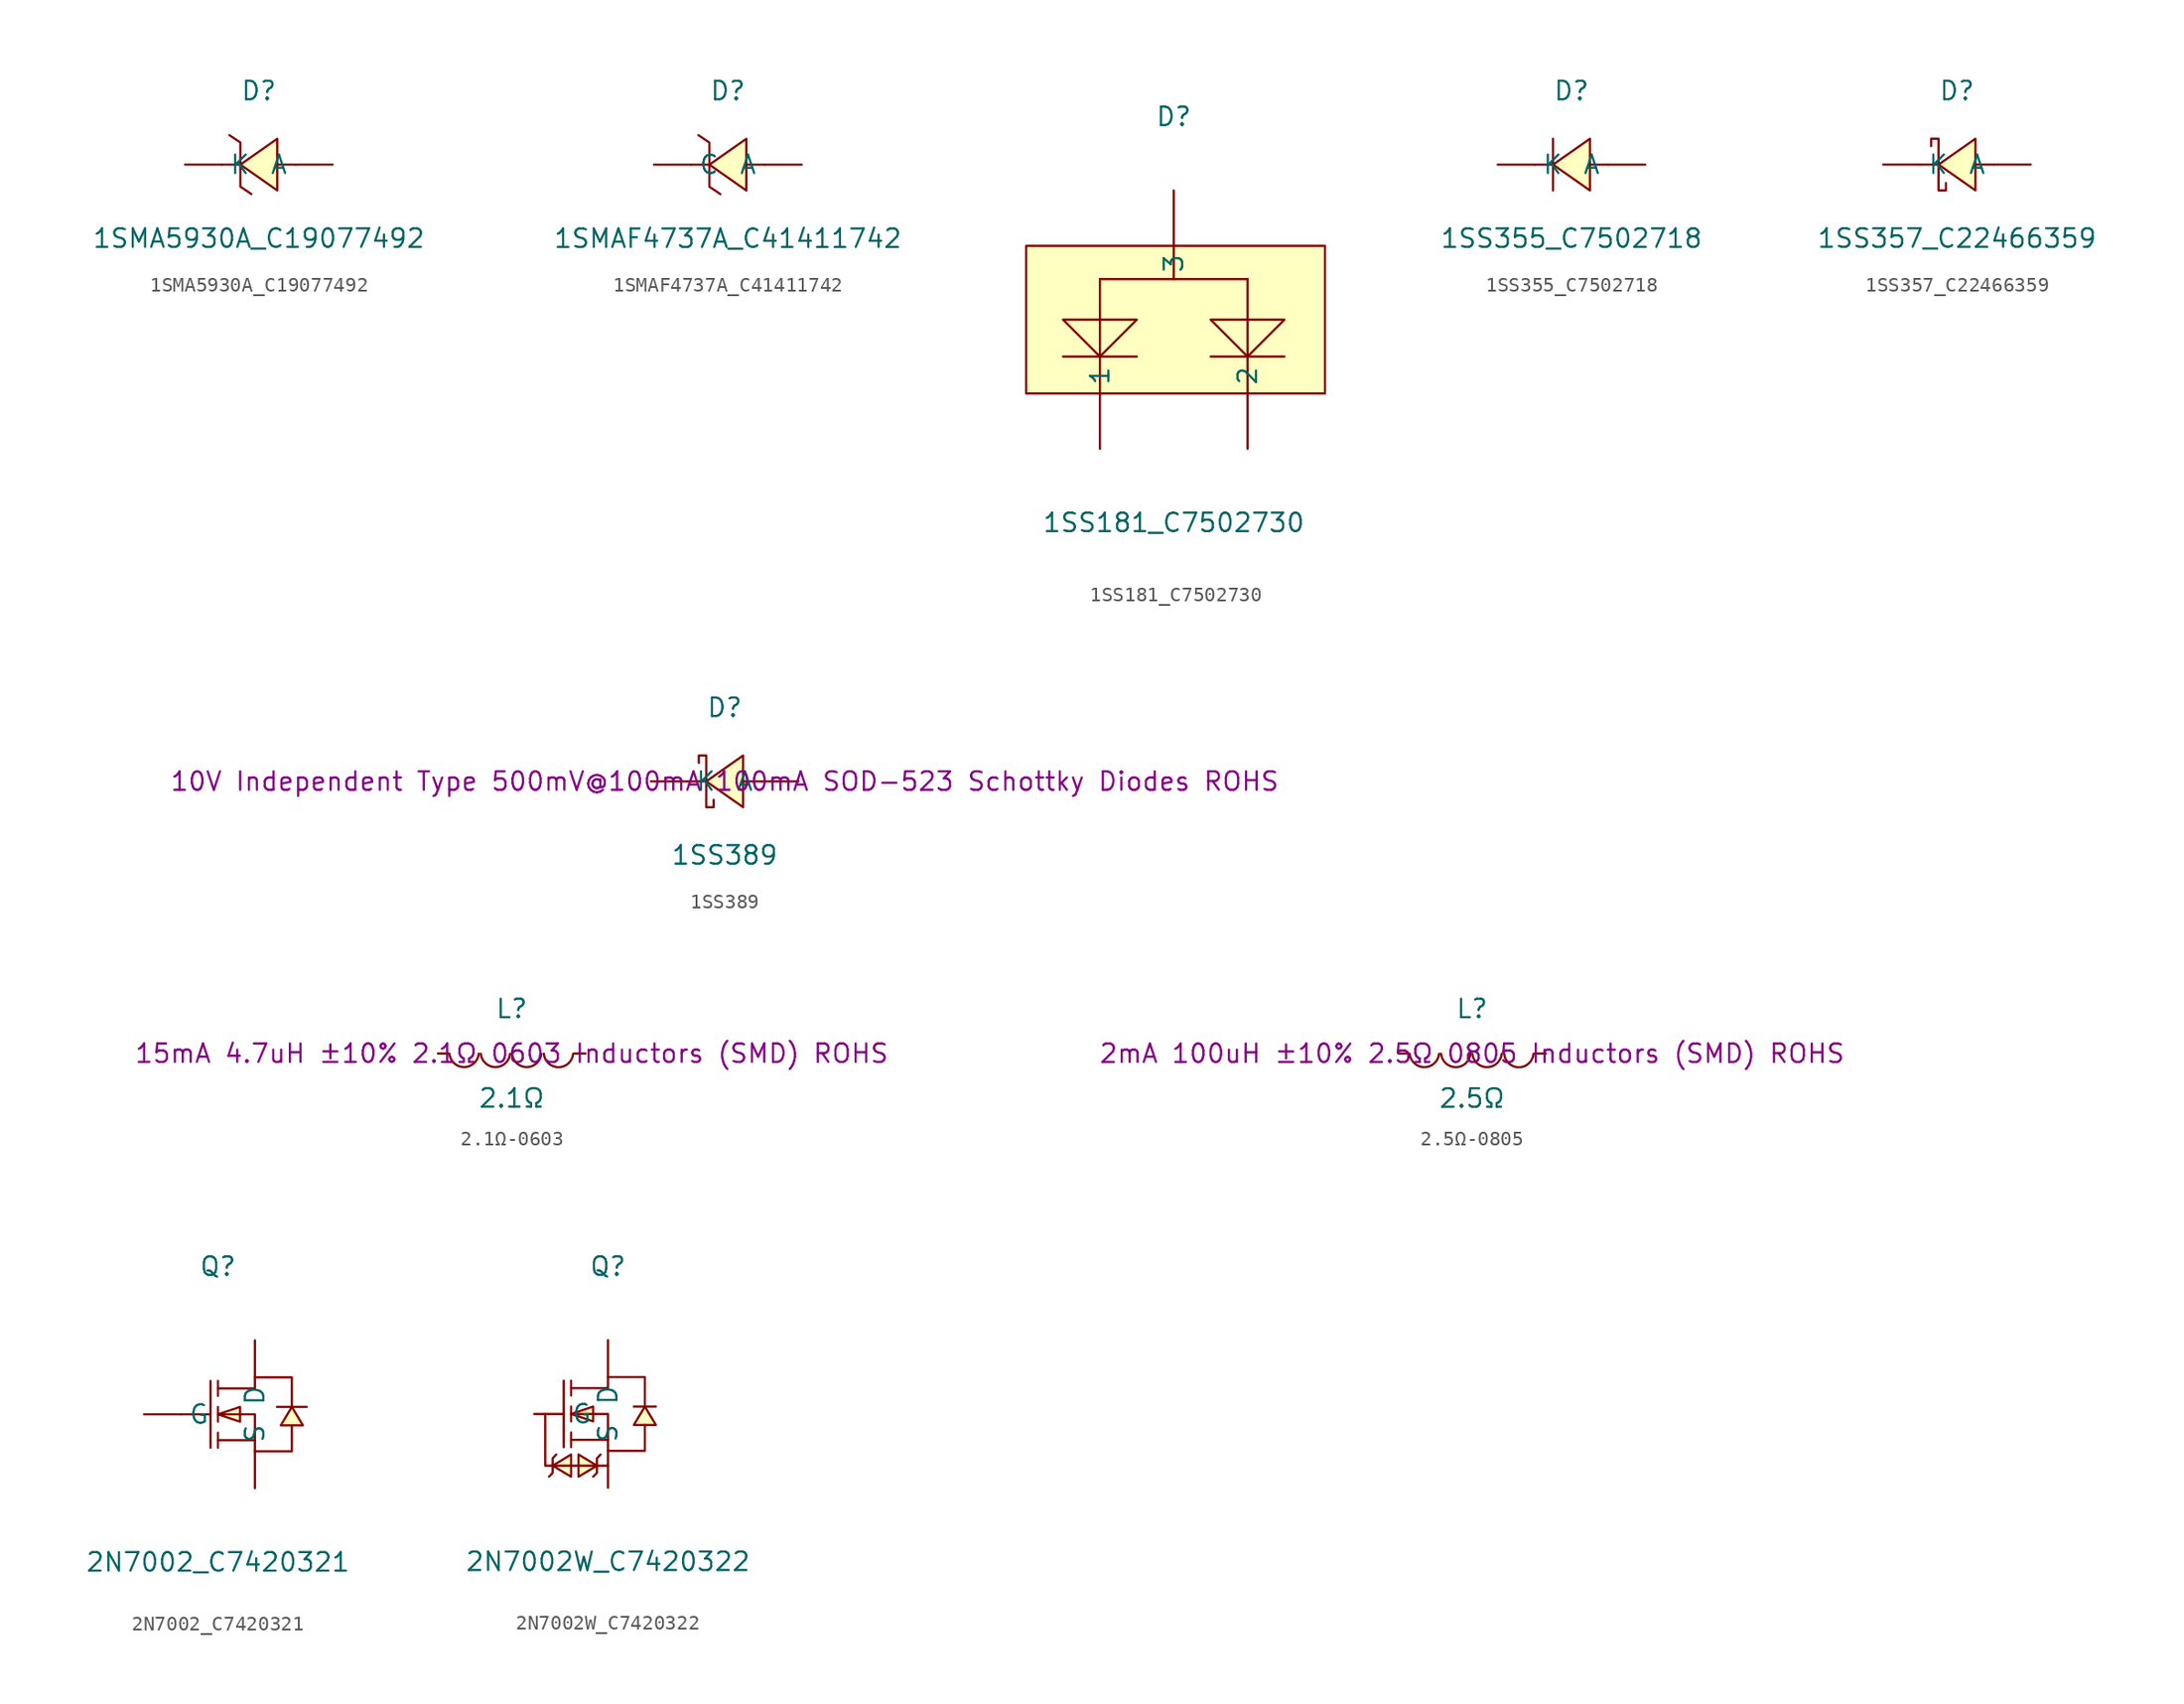
<source format=kicad_sym>
(kicad_symbol_lib
  (version 20241209)
  (generator "kicad_symbol_editor")
  (generator_version "9.0")
  (symbol "1SMA5930A_C19077492"
    (pin_numbers
      (hide yes))
    (property "Reference" "D"
      (at 0 5.08 0)
      (effects (font (size 1.27 1.27))))
    (property "Value" "1SMA5930A_C19077492"
      (at 0 -5.08 0)
      (effects (font (size 1.27 1.27))))
    (symbol "1SMA5930A_C19077492_0_1"
      (polyline (pts (xy -2.03 2.03) (xy -1.27 1.52) (xy -1.27 -1.52) (xy -0.51 -2.03)) (stroke (width 0) (type default)) (fill (type none)))
      (polyline (pts (xy -1.27 0) (xy -2.54 0)) (stroke (width 0) (type default)) (fill (type none)))
      (polyline (pts (xy 1.27 1.78) (xy -1.27 0) (xy 1.27 -1.78) (xy 1.27 1.78)) (stroke (width 0) (type default)) (fill (type background)))
      (polyline (pts (xy 2.54 0) (xy 1.27 0)) (stroke (width 0) (type default)) (fill (type none)))
      (pin unspecified line (at -5.08 0 0) (length 2.54) (name "K" (effects (font (size 1.27 1.27)))) (number "1" (effects (font (size 1.27 1.27)))))
      (pin unspecified line (at 5.08 0 180) (length 2.54) (name "A" (effects (font (size 1.27 1.27)))) (number "2" (effects (font (size 1.27 1.27)))))))
  (symbol "1SMAF4737A_C41411742"
    (pin_numbers
      (hide yes))
    (property "Reference" "D"
      (at 0 5.08 0)
      (effects (font (size 1.27 1.27))))
    (property "Value" "1SMAF4737A_C41411742"
      (at 0 -5.08 0)
      (effects (font (size 1.27 1.27))))
    (symbol "1SMAF4737A_C41411742_0_1"
      (polyline (pts (xy -2.03 2.03) (xy -1.27 1.52) (xy -1.27 -1.52) (xy -0.51 -2.03)) (stroke (width 0) (type default)) (fill (type none)))
      (polyline (pts (xy -1.27 0) (xy -2.54 0)) (stroke (width 0) (type default)) (fill (type none)))
      (polyline (pts (xy 1.27 1.78) (xy -1.27 0) (xy 1.27 -1.78) (xy 1.27 1.78)) (stroke (width 0) (type default)) (fill (type background)))
      (polyline (pts (xy 2.54 0) (xy 1.27 0)) (stroke (width 0) (type default)) (fill (type none)))
      (pin unspecified line (at -5.08 0 0) (length 2.54) (name "C" (effects (font (size 1.27 1.27)))) (number "1" (effects (font (size 1.27 1.27)))))
      (pin unspecified line (at 5.08 0 180) (length 2.54) (name "A" (effects (font (size 1.27 1.27)))) (number "2" (effects (font (size 1.27 1.27)))))))
  (symbol "1SS181_C7502730"
    (pin_numbers
      (hide yes))
    (property "Reference" "D"
      (at 0 13.97 0)
      (effects (font (size 1.27 1.27))))
    (property "Value" "1SS181_C7502730"
      (at 0 -13.97 0)
      (effects (font (size 1.27 1.27))))
    (symbol "1SS181_C7502730_0_1"
      (rectangle (start -10.16 5.08) (end 10.41 -5.08) (stroke (width 0) (type default)) (fill (type background)))
      (polyline (pts (xy -7.62 -2.54) (xy -2.54 -2.54)) (stroke (width 0) (type default)) (fill (type none)))
      (polyline (pts (xy -5.08 2.79) (xy -5.08 -5.08)) (stroke (width 0) (type default)) (fill (type none)))
      (polyline (pts (xy -5.08 2.79) (xy 5.08 2.79)) (stroke (width 0) (type default)) (fill (type none)))
      (polyline (pts (xy -2.54 0) (xy -5.08 -2.54) (xy -7.62 0) (xy -2.54 0)) (stroke (width 0) (type default)) (fill (type background)))
      (polyline (pts (xy 0 5.08) (xy 0 2.79)) (stroke (width 0) (type default)) (fill (type none)))
      (polyline (pts (xy 2.54 -2.54) (xy 7.62 -2.54)) (stroke (width 0) (type default)) (fill (type none)))
      (polyline (pts (xy 5.08 2.79) (xy 5.08 -5.08)) (stroke (width 0) (type default)) (fill (type none)))
      (polyline (pts (xy 7.62 0) (xy 5.08 -2.54) (xy 2.54 0) (xy 7.62 0)) (stroke (width 0) (type default)) (fill (type background)))
      (pin input line (at -5.08 -8.89 90) (length 3.81) (name "1" (effects (font (size 1.27 1.27)))) (number "1" (effects (font (size 1.27 1.27)))))
      (pin input line (at 0 8.89 270) (length 3.81) (name "3" (effects (font (size 1.27 1.27)))) (number "3" (effects (font (size 1.27 1.27)))))
      (pin input line (at 5.08 -8.89 90) (length 3.81) (name "2" (effects (font (size 1.27 1.27)))) (number "2" (effects (font (size 1.27 1.27)))))))
  (symbol "1SS355_C7502718"
    (pin_numbers
      (hide yes))
    (property "Reference" "D"
      (at 0 5.08 0)
      (effects (font (size 1.27 1.27))))
    (property "Value" "1SS355_C7502718"
      (at 0 -5.08 0)
      (effects (font (size 1.27 1.27))))
    (symbol "1SS355_C7502718_0_1"
      (polyline (pts (xy -1.27 1.78) (xy -1.27 -1.78)) (stroke (width 0) (type default)) (fill (type none)))
      (polyline (pts (xy -1.27 0) (xy -2.54 0)) (stroke (width 0) (type default)) (fill (type none)))
      (polyline (pts (xy 1.27 1.78) (xy -1.27 0) (xy 1.27 -1.78) (xy 1.27 1.78)) (stroke (width 0) (type default)) (fill (type background)))
      (polyline (pts (xy 2.54 0) (xy 1.27 0)) (stroke (width 0) (type default)) (fill (type none)))
      (pin unspecified line (at -5.08 0 0) (length 2.54) (name "K" (effects (font (size 1.27 1.27)))) (number "1" (effects (font (size 1.27 1.27)))))
      (pin unspecified line (at 5.08 0 180) (length 2.54) (name "A" (effects (font (size 1.27 1.27)))) (number "2" (effects (font (size 1.27 1.27)))))))
  (symbol "1SS357_C22466359"
    (pin_numbers
      (hide yes))
    (property "Reference" "D"
      (at 0 5.08 0)
      (effects (font (size 1.27 1.27))))
    (property "Value" "1SS357_C22466359"
      (at 0 -5.08 0)
      (effects (font (size 1.27 1.27))))
    (symbol "1SS357_C22466359_0_1"
      (polyline (pts (xy -1.78 1.27) (xy -1.78 1.78) (xy -1.27 1.78) (xy -1.27 -1.78) (xy -0.76 -1.78) (xy -0.76 -1.27)) (stroke (width 0) (type default)) (fill (type none)))
      (polyline (pts (xy -1.27 0) (xy -2.54 0)) (stroke (width 0) (type default)) (fill (type none)))
      (polyline (pts (xy 1.27 1.78) (xy -1.27 0) (xy 1.27 -1.78) (xy 1.27 1.78)) (stroke (width 0) (type default)) (fill (type background)))
      (polyline (pts (xy 2.54 0) (xy 1.27 0)) (stroke (width 0) (type default)) (fill (type none)))
      (pin unspecified line (at -5.08 0 0) (length 2.54) (name "K" (effects (font (size 1.27 1.27)))) (number "1" (effects (font (size 1.27 1.27)))))
      (pin unspecified line (at 5.08 0 180) (length 2.54) (name "A" (effects (font (size 1.27 1.27)))) (number "2" (effects (font (size 1.27 1.27)))))))
  (symbol "1SS389"
    (pin_numbers
      (hide yes))
    (property "Reference" "D"
      (at 0 5.08 0)
      (effects (font (size 1.27 1.27))))
    (property "Value" "1SS389"
      (at 0 -5.08 0)
      (effects (font (size 1.27 1.27))))
    (property "Description" "10V Independent Type 500mV@100mA 100mA SOD-523 Schottky Diodes ROHS"
      (at 0 0 0)
      (effects (font (size 1.27 1.27))))
    (symbol "1SS389_0_1"
      (polyline (pts (xy -1.78 1.27) (xy -1.78 1.78) (xy -1.27 1.78) (xy -1.27 -1.78) (xy -0.76 -1.78) (xy -0.76 -1.27)) (stroke (width 0) (type default)) (fill (type none)))
      (polyline (pts (xy -1.27 0) (xy -2.54 0)) (stroke (width 0) (type default)) (fill (type none)))
      (polyline (pts (xy 1.27 1.78) (xy -1.27 0) (xy 1.27 -1.78) (xy 1.27 1.78)) (stroke (width 0) (type default)) (fill (type background)))
      (polyline (pts (xy 2.54 0) (xy 1.27 0)) (stroke (width 0) (type default)) (fill (type none)))
      (pin unspecified line (at -5.08 0 0) (length 2.54) (name "K" (effects (font (size 1.27 1.27)))) (number "1" (effects (font (size 1.27 1.27)))))
      (pin unspecified line (at 5.08 0 180) (length 2.54) (name "A" (effects (font (size 1.27 1.27)))) (number "2" (effects (font (size 1.27 1.27)))))))
  (symbol "2.1Ω-0603"
    (pin_numbers
      (hide yes))
    (pin_names
      (hide yes))
    (property "Reference" "L"
      (at 0 3.08 0)
      (effects (font (size 1.27 1.27))))
    (property "Value" "2.1Ω"
      (at 0 -3.08 0)
      (effects (font (size 1.27 1.27))))
    (property "Description" "15mA 4.7uH ±10% 2.1Ω 0603 Inductors (SMD) ROHS"
      (at 0 0 0)
      (effects (font (size 1.27 1.27))))
    (symbol "2.1Ω-0603_0_1"
      (arc (start -2.27 -0.02) (mid -3.28 -0.937) (end -4.29 -0.02) (stroke (width 0) (type default)) (fill (type none)))
      (arc (start -0.11 -0.02) (mid -1.12 -0.937) (end -2.13 -0.02) (stroke (width 0) (type default)) (fill (type none)))
      (arc (start 2.04 -0.02) (mid 1.03 -0.937) (end 0.02 -0.02) (stroke (width 0) (type default)) (fill (type none)))
      (arc (start 4.23 -0.02) (mid 3.22 -0.9448) (end 2.21 -0.02) (stroke (width 0) (type default)) (fill (type none)))
      (pin unspecified line (at -5.08 0 0) (length 0.762) (name "1" (effects (font (size 1.27 1.27)))) (number "1" (effects (font (size 1.27 1.27)))))
      (pin unspecified line (at 5.08 0 180) (length 0.762) (name "2" (effects (font (size 1.27 1.27)))) (number "2" (effects (font (size 1.27 1.27)))))))
  (symbol "2.5Ω-0805"
    (pin_numbers
      (hide yes))
    (pin_names
      (hide yes))
    (property "Reference" "L"
      (at 0 3.08 0)
      (effects (font (size 1.27 1.27))))
    (property "Value" "2.5Ω"
      (at 0 -3.08 0)
      (effects (font (size 1.27 1.27))))
    (property "Description" "2mA 100uH ±10% 2.5Ω 0805 Inductors (SMD) ROHS"
      (at 0 0 0)
      (effects (font (size 1.27 1.27))))
    (symbol "2.5Ω-0805_0_1"
      (arc (start -2.27 -0.02) (mid -3.28 -0.937) (end -4.29 -0.02) (stroke (width 0) (type default)) (fill (type none)))
      (arc (start -0.11 -0.02) (mid -1.12 -0.937) (end -2.13 -0.02) (stroke (width 0) (type default)) (fill (type none)))
      (arc (start 2.04 -0.02) (mid 1.03 -0.937) (end 0.02 -0.02) (stroke (width 0) (type default)) (fill (type none)))
      (arc (start 4.23 -0.02) (mid 3.22 -0.9448) (end 2.21 -0.02) (stroke (width 0) (type default)) (fill (type none)))
      (pin unspecified line (at -5.08 0 0) (length 0.762) (name "1" (effects (font (size 1.27 1.27)))) (number "1" (effects (font (size 1.27 1.27)))))
      (pin unspecified line (at 5.08 0 180) (length 0.762) (name "2" (effects (font (size 1.27 1.27)))) (number "2" (effects (font (size 1.27 1.27)))))))
  (symbol "2N7002_C7420321"
    (pin_numbers
      (hide yes))
    (property "Reference" "Q"
      (at 0 10.16 0)
      (effects (font (size 1.27 1.27))))
    (property "Value" "2N7002_C7420321"
      (at 0 -10.16 0)
      (effects (font (size 1.27 1.27))))
    (symbol "2N7002_C7420321_0_1"
      (polyline (pts (xy -2.54 0) (xy -0.51 0)) (stroke (width 0) (type default)) (fill (type none)))
      (polyline (pts (xy -0.51 2.29) (xy -0.51 -2.29)) (stroke (width 0) (type default)) (fill (type none)))
      (polyline (pts (xy 0 2.29) (xy 0 1.27)) (stroke (width 0) (type default)) (fill (type none)))
      (polyline (pts (xy 0 1.78) (xy 2.54 1.78) (xy 2.54 2.54) (xy 5.08 2.54) (xy 5.08 0.51)) (stroke (width 0) (type default)) (fill (type none)))
      (polyline (pts (xy 0 0) (xy 1.52 -0.51) (xy 1.52 0.51) (xy 0 0)) (stroke (width 0) (type default)) (fill (type background)))
      (polyline (pts (xy 0 0) (xy 2.54 0) (xy 2.54 -2.54) (xy 5.08 -2.54) (xy 5.08 -0.76)) (stroke (width 0) (type default)) (fill (type none)))
      (polyline (pts (xy 0 -0.51) (xy 0 0.51)) (stroke (width 0) (type default)) (fill (type none)))
      (polyline (pts (xy 0 -2.29) (xy 0 -1.27)) (stroke (width 0) (type default)) (fill (type none)))
      (polyline (pts (xy 2.54 -1.78) (xy 0 -1.78)) (stroke (width 0) (type default)) (fill (type none)))
      (polyline (pts (xy 4.06 0.51) (xy 4.57 0.51) (xy 5.59 0.51) (xy 6.1 0.51)) (stroke (width 0) (type default)) (fill (type none)))
      (polyline (pts (xy 5.08 0.51) (xy 5.84 -0.76) (xy 4.32 -0.76) (xy 5.08 0.51)) (stroke (width 0) (type default)) (fill (type background)))
      (pin unspecified line (at -5.08 0 0) (length 2.54) (name "G" (effects (font (size 1.27 1.27)))) (number "1" (effects (font (size 1.27 1.27)))))
      (pin unspecified line (at 2.54 5.08 270) (length 2.54) (name "D" (effects (font (size 1.27 1.27)))) (number "3" (effects (font (size 1.27 1.27)))))
      (pin unspecified line (at 2.54 -5.08 90) (length 2.54) (name "S" (effects (font (size 1.27 1.27)))) (number "2" (effects (font (size 1.27 1.27)))))))
  (symbol "2N7002W_C7420322"
    (pin_numbers
      (hide yes))
    (property "Reference" "Q"
      (at 0 10.16 0)
      (effects (font (size 1.27 1.27))))
    (property "Value" "2N7002W_C7420322"
      (at 0 -10.16 0)
      (effects (font (size 1.27 1.27))))
    (symbol "2N7002W_C7420322_0_1"
      (polyline (pts (xy -4.32 0) (xy -4.32 -3.56) (xy 0 -3.56)) (stroke (width 0) (type default)) (fill (type none)))
      (polyline (pts (xy -3.81 -3.56) (xy -2.54 -2.79) (xy -2.54 -4.32) (xy -3.81 -3.56)) (stroke (width 0) (type default)) (fill (type background)))
      (polyline (pts (xy -3.56 -2.79) (xy -3.81 -3.05) (xy -3.81 -4.06) (xy -4.06 -4.32)) (stroke (width 0) (type default)) (fill (type none)))
      (polyline (pts (xy -3.05 2.29) (xy -3.05 -2.29)) (stroke (width 0) (type default)) (fill (type none)))
      (polyline (pts (xy -2.54 2.29) (xy -2.54 1.27)) (stroke (width 0) (type default)) (fill (type none)))
      (polyline (pts (xy -2.54 1.78) (xy 0 1.78) (xy 0 2.54) (xy 2.54 2.54) (xy 2.54 0.51)) (stroke (width 0) (type default)) (fill (type none)))
      (polyline (pts (xy -2.54 0) (xy -1.02 -0.51) (xy -1.02 0.51) (xy -2.54 0)) (stroke (width 0) (type default)) (fill (type background)))
      (polyline (pts (xy -2.54 0) (xy 0 0) (xy 0 -2.54) (xy 2.54 -2.54) (xy 2.54 -0.76)) (stroke (width 0) (type default)) (fill (type none)))
      (polyline (pts (xy -2.54 -0.51) (xy -2.54 0.51)) (stroke (width 0) (type default)) (fill (type none)))
      (polyline (pts (xy -2.54 -2.29) (xy -2.54 -1.27)) (stroke (width 0) (type default)) (fill (type none)))
      (polyline (pts (xy -0.76 -3.56) (xy -2.03 -4.32) (xy -2.03 -2.79) (xy -0.76 -3.56)) (stroke (width 0) (type default)) (fill (type background)))
      (polyline (pts (xy -0.51 -2.79) (xy -0.76 -3.05) (xy -0.76 -4.06) (xy -1.02 -4.32)) (stroke (width 0) (type default)) (fill (type none)))
      (polyline (pts (xy 0 -1.78) (xy -2.54 -1.78)) (stroke (width 0) (type default)) (fill (type none)))
      (polyline (pts (xy 2.54 0.51) (xy 1.78 -0.76) (xy 3.3 -0.76) (xy 2.54 0.51)) (stroke (width 0) (type default)) (fill (type background)))
      (polyline (pts (xy 3.3 0.51) (xy 3.05 0.51) (xy 2.03 0.51) (xy 1.78 0.51)) (stroke (width 0) (type default)) (fill (type none)))
      (pin unspecified line (at -5.08 0 0) (length 2.032) (name "G" (effects (font (size 1.27 1.27)))) (number "1" (effects (font (size 1.27 1.27)))))
      (pin unspecified line (at 0 5.08 270) (length 2.54) (name "D" (effects (font (size 1.27 1.27)))) (number "3" (effects (font (size 1.27 1.27)))))
      (pin unspecified line (at 0 -5.08 90) (length 2.54) (name "S" (effects (font (size 1.27 1.27)))) (number "2" (effects (font (size 1.27 1.27))))))))
</source>
